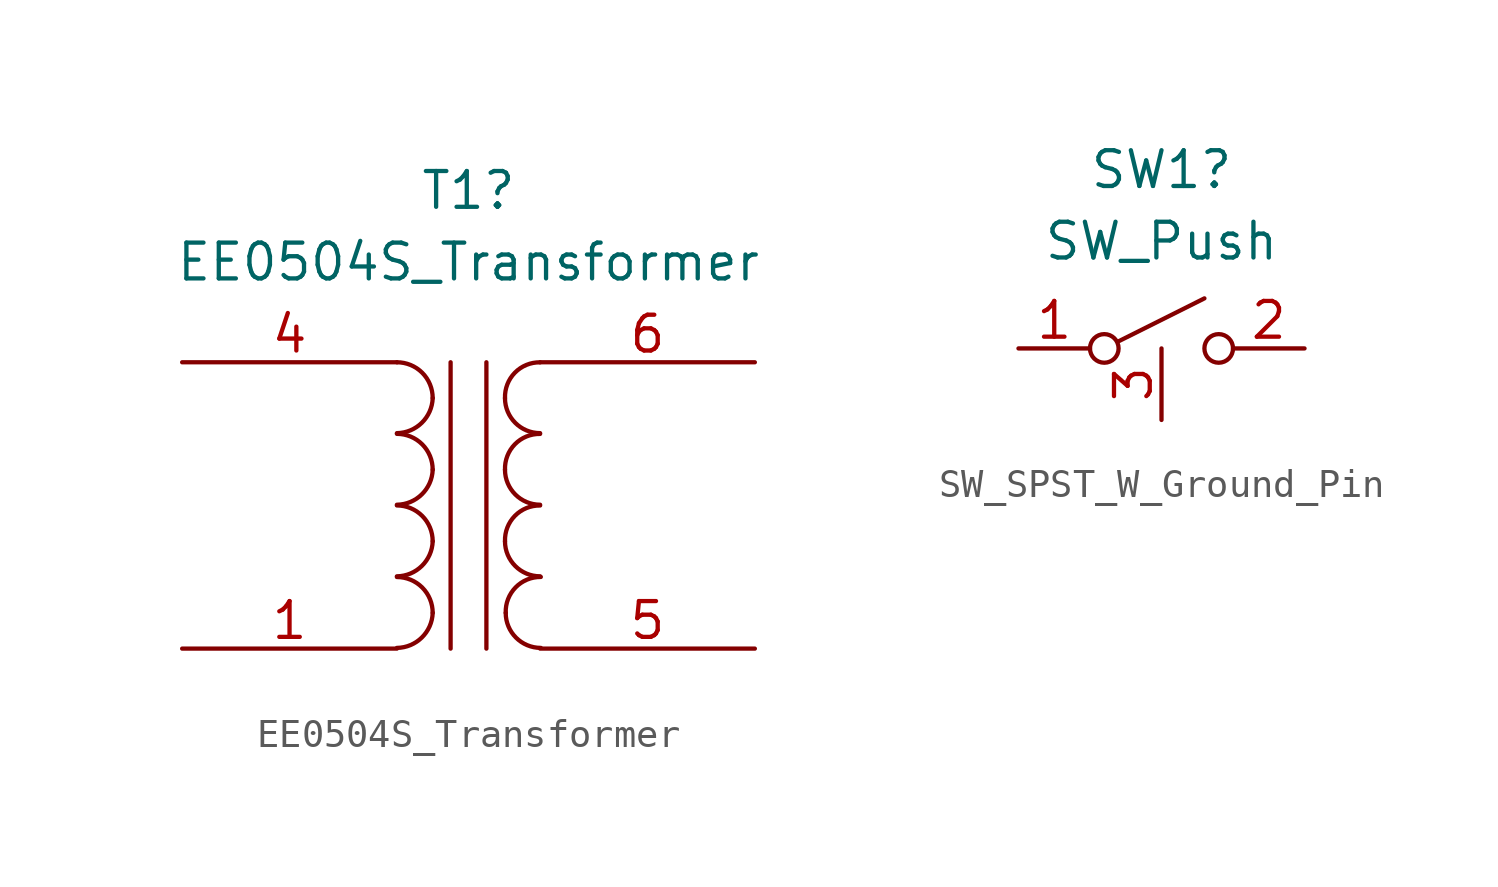
<source format=kicad_sym>
(kicad_symbol_lib
  (version 20231120)
  (generator "kicad_symbol_editor")
  (generator_version "8.0")
  (symbol "EE0504S_Transformer"
    (pin_names
      (offset 1.016) hide)
    (property "Reference" "T1"
      (at 0 11.176 0)
      (effects (font (size 1.27 1.27))))
    (property "Value" "EE0504S_Transformer"
      (at 0 8.636 0)
      (effects (font (size 1.27 1.27))))
    (symbol "EE0504S_Transformer_0_1"
      (arc (start -2.54 -5.0546) (mid -1.6599 -4.6901) (end -1.27 -3.81) (stroke (width 0) (type default)) (fill (type none)))
      (arc (start -2.54 -2.5146) (mid -1.6599 -2.1501) (end -1.27 -1.27) (stroke (width 0) (type default)) (fill (type none)))
      (arc (start -2.54 0.0254) (mid -1.6599 0.3899) (end -1.27 1.27) (stroke (width 0) (type default)) (fill (type none)))
      (arc (start -2.54 2.5654) (mid -1.6599 2.9299) (end -1.27 3.81) (stroke (width 0) (type default)) (fill (type none)))
      (arc (start -1.27 -3.81) (mid -1.642 -2.912) (end -2.54 -2.54) (stroke (width 0) (type default)) (fill (type none)))
      (arc (start -1.27 -1.27) (mid -1.642 -0.372) (end -2.54 0) (stroke (width 0) (type default)) (fill (type none)))
      (arc (start -1.27 1.27) (mid -1.642 2.168) (end -2.54 2.54) (stroke (width 0) (type default)) (fill (type none)))
      (arc (start -1.27 3.81) (mid -1.642 4.708) (end -2.54 5.08) (stroke (width 0) (type default)) (fill (type none)))
      (polyline (pts (xy -0.635 5.08) (xy -0.635 -5.08)) (stroke (width 0) (type default)) (fill (type none)))
      (polyline (pts (xy 0.635 -5.08) (xy 0.635 5.08)) (stroke (width 0) (type default)) (fill (type none)))
      (arc (start 1.2954 -1.27) (mid 1.6599 -2.1501) (end 2.54 -2.5146) (stroke (width 0) (type default)) (fill (type none)))
      (arc (start 1.2954 1.27) (mid 1.6599 0.3899) (end 2.54 0.0254) (stroke (width 0) (type default)) (fill (type none)))
      (arc (start 1.2954 3.81) (mid 1.6599 2.9299) (end 2.54 2.5654) (stroke (width 0) (type default)) (fill (type none)))
      (arc (start 1.3208 -3.81) (mid 1.6853 -4.6901) (end 2.5654 -5.0546) (stroke (width 0) (type default)) (fill (type none)))
      (arc (start 2.54 0) (mid 1.642 -0.372) (end 1.2954 -1.27) (stroke (width 0) (type default)) (fill (type none)))
      (arc (start 2.54 2.54) (mid 1.642 2.168) (end 1.2954 1.27) (stroke (width 0) (type default)) (fill (type none)))
      (arc (start 2.54 5.08) (mid 1.642 4.708) (end 1.2954 3.81) (stroke (width 0) (type default)) (fill (type none)))
      (arc (start 2.5654 -2.54) (mid 1.6674 -2.912) (end 1.3208 -3.81) (stroke (width 0) (type default)) (fill (type none))))
    (symbol "EE0504S_Transformer_1_1"
      (pin passive line (at -10.16 -5.08 0) (length 7.62) (name "AB" (effects (font (size 1.27 1.27)))) (number "1" (effects (font (size 1.27 1.27)))))
      (pin passive line (at -10.16 5.08 0) (length 7.62) (name "AA" (effects (font (size 1.27 1.27)))) (number "4" (effects (font (size 1.27 1.27)))))
      (pin passive line (at 10.16 -5.08 180) (length 7.62) (name "SA" (effects (font (size 1.27 1.27)))) (number "5" (effects (font (size 1.27 1.27)))))
      (pin passive line (at 10.16 5.08 180) (length 7.62) (name "SB" (effects (font (size 1.27 1.27)))) (number "6" (effects (font (size 1.27 1.27)))))))
  (symbol "SW_SPST_W_Ground_Pin"
    (pin_names
      (offset 0) hide)
    (property "Reference" "SW1"
      (at 0 6.35 0)
      (effects (font (size 1.27 1.27))))
    (property "Value" "SW_Push"
      (at 0 3.81 0)
      (effects (font (size 1.27 1.27))))
    (symbol "SW_SPST_W_Ground_Pin_0_0"
      (circle (center -2.032 0) (radius 0.508) (stroke (width 0) (type default)) (fill (type none)))
      (polyline (pts (xy -1.524 0.254) (xy 1.524 1.778)) (stroke (width 0) (type default)) (fill (type none)))
      (circle (center 2.032 0) (radius 0.508) (stroke (width 0) (type default)) (fill (type none))))
    (symbol "SW_SPST_W_Ground_Pin_1_1"
      (pin passive line (at -5.08 0 0) (length 2.54) (name "A" (effects (font (size 1.27 1.27)))) (number "1" (effects (font (size 1.27 1.27)))))
      (pin passive line (at 5.08 0 180) (length 2.54) (name "B" (effects (font (size 1.27 1.27)))) (number "2" (effects (font (size 1.27 1.27)))))
      (pin power_in line (at 0 -2.54 90) (length 2.54) (name "GND" (effects (font (size 1.27 1.27)))) (number "3" (effects (font (size 1.27 1.27))))))))
</source>
